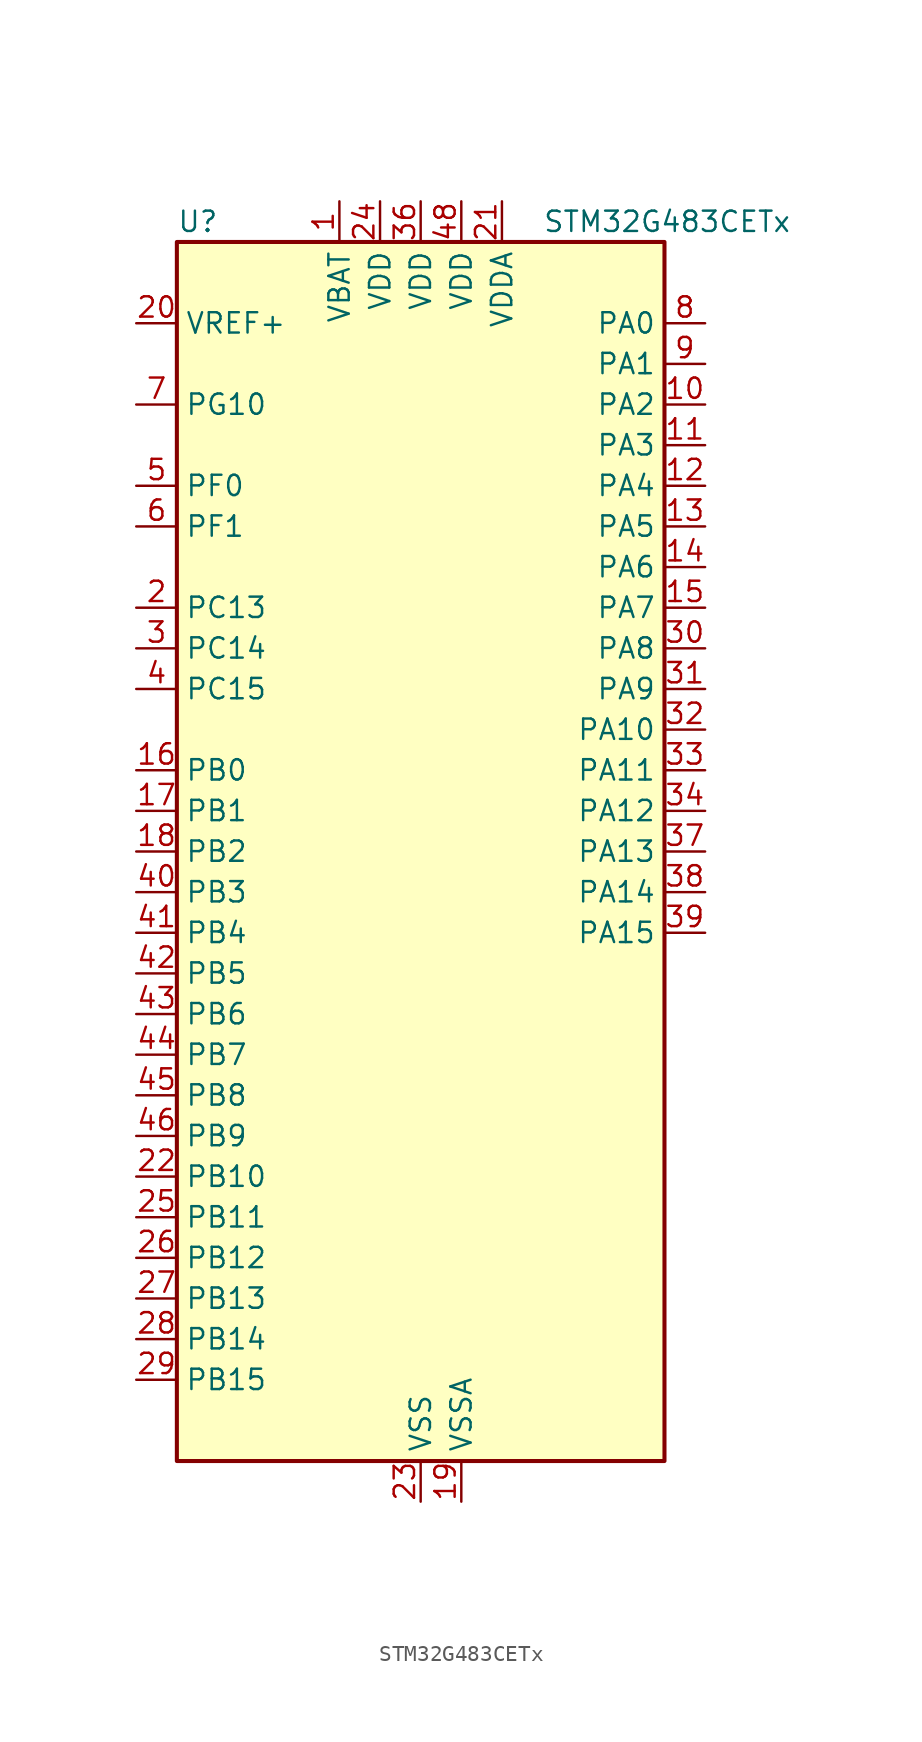
<source format=kicad_sym>
(kicad_symbol_lib
  (version 20241209)
  (generator "kicad_symbol_editor")
  (generator_version "9.0")
  (symbol "STM32G483CETx"
    (property "Reference" "U"
      (at -15.24 39.37 0)
      (effects (font (size 1.27 1.27)) (justify left)))
    (property "Value" "STM32G483CETx"
      (at 7.62 39.37 0)
      (effects (font (size 1.27 1.27)) (justify left)))
    (symbol "STM32G483CETx_0_1"
      (rectangle (start -15.24 -38.1) (end 15.24 38.1) (stroke (width 0.254) (type default)) (fill (type background))))
    (symbol "STM32G483CETx_1_1"
      (pin input line (at -17.78 33.02 0) (length 2.54) (name "VREF+" (effects (font (size 1.27 1.27)))) (number "20" (effects (font (size 1.27 1.27)))) (alternate "VREFBUF_OUT" bidirectional line))
      (pin bidirectional line (at -17.78 27.94 0) (length 2.54) (name "PG10" (effects (font (size 1.27 1.27)))) (number "7" (effects (font (size 1.27 1.27)))) (alternate "DAC1_EXTI10" bidirectional line) (alternate "DAC2_EXTI10" bidirectional line) (alternate "DAC3_EXTI10" bidirectional line) (alternate "DAC4_EXTI10" bidirectional line) (alternate "RCC_MCO" bidirectional line))
      (pin bidirectional line (at -17.78 22.86 0) (length 2.54) (name "PF0" (effects (font (size 1.27 1.27)))) (number "5" (effects (font (size 1.27 1.27)))) (alternate "ADC1_IN10" bidirectional line) (alternate "I2C2_SDA" bidirectional line) (alternate "I2S2_WS" bidirectional line) (alternate "RCC_OSC_IN" bidirectional line) (alternate "SPI2_NSS" bidirectional line) (alternate "TIM1_CH3N" bidirectional line))
      (pin bidirectional line (at -17.78 20.32 0) (length 2.54) (name "PF1" (effects (font (size 1.27 1.27)))) (number "6" (effects (font (size 1.27 1.27)))) (alternate "ADC2_IN10" bidirectional line) (alternate "COMP3_INM" bidirectional line) (alternate "I2S2_CK" bidirectional line) (alternate "RCC_OSC_OUT" bidirectional line) (alternate "SPI2_SCK" bidirectional line))
      (pin bidirectional line (at -17.78 15.24 0) (length 2.54) (name "PC13" (effects (font (size 1.27 1.27)))) (number "2" (effects (font (size 1.27 1.27)))) (alternate "RTC_OUT1" bidirectional line) (alternate "RTC_TAMP1" bidirectional line) (alternate "RTC_TS" bidirectional line) (alternate "SYS_WKUP2" bidirectional line) (alternate "TIM1_BKIN" bidirectional line) (alternate "TIM1_CH1N" bidirectional line) (alternate "TIM8_CH4N" bidirectional line))
      (pin bidirectional line (at -17.78 12.7 0) (length 2.54) (name "PC14" (effects (font (size 1.27 1.27)))) (number "3" (effects (font (size 1.27 1.27)))) (alternate "RCC_OSC32_IN" bidirectional line))
      (pin bidirectional line (at -17.78 10.16 0) (length 2.54) (name "PC15" (effects (font (size 1.27 1.27)))) (number "4" (effects (font (size 1.27 1.27)))) (alternate "ADC1_EXTI15" bidirectional line) (alternate "ADC2_EXTI15" bidirectional line) (alternate "RCC_OSC32_OUT" bidirectional line))
      (pin bidirectional line (at -17.78 5.08 0) (length 2.54) (name "PB0" (effects (font (size 1.27 1.27)))) (number "16" (effects (font (size 1.27 1.27)))) (alternate "ADC1_IN15" bidirectional line) (alternate "ADC3_IN12" bidirectional line) (alternate "COMP4_INP" bidirectional line) (alternate "OPAMP2_VINP" bidirectional line) (alternate "OPAMP2_VINP_SEC" bidirectional line) (alternate "OPAMP3_VINP" bidirectional line) (alternate "OPAMP3_VINP_SEC" bidirectional line) (alternate "QUADSPI1_BK1_IO1" bidirectional line) (alternate "TIM1_CH2N" bidirectional line) (alternate "TIM3_CH3" bidirectional line) (alternate "TIM8_CH2N" bidirectional line) (alternate "UCPD1_FRSTX1" bidirectional line) (alternate "UCPD1_FRSTX2" bidirectional line))
      (pin bidirectional line (at -17.78 2.54 0) (length 2.54) (name "PB1" (effects (font (size 1.27 1.27)))) (number "17" (effects (font (size 1.27 1.27)))) (alternate "ADC1_IN12" bidirectional line) (alternate "ADC3_IN1" bidirectional line) (alternate "COMP1_INP" bidirectional line) (alternate "COMP4_OUT" bidirectional line) (alternate "LPUART1_DE" bidirectional line) (alternate "LPUART1_RTS" bidirectional line) (alternate "OPAMP3_VOUT" bidirectional line) (alternate "OPAMP6_VINM" bidirectional line) (alternate "OPAMP6_VINM1" bidirectional line) (alternate "OPAMP6_VINM_SEC" bidirectional line) (alternate "QUADSPI1_BK1_IO0" bidirectional line) (alternate "TIM1_CH3N" bidirectional line) (alternate "TIM3_CH4" bidirectional line) (alternate "TIM8_CH3N" bidirectional line))
      (pin bidirectional line (at -17.78 0 0) (length 2.54) (name "PB2" (effects (font (size 1.27 1.27)))) (number "18" (effects (font (size 1.27 1.27)))) (alternate "ADC2_IN12" bidirectional line) (alternate "ADC3_EXTI2" bidirectional line) (alternate "ADC4_EXTI2" bidirectional line) (alternate "ADC5_EXTI2" bidirectional line) (alternate "COMP4_INM" bidirectional line) (alternate "I2C3_SMBA" bidirectional line) (alternate "LPTIM1_OUT" bidirectional line) (alternate "OPAMP3_VINM" bidirectional line) (alternate "OPAMP3_VINM0" bidirectional line) (alternate "OPAMP3_VINM_SEC" bidirectional line) (alternate "QUADSPI1_BK2_IO1" bidirectional line) (alternate "RTC_OUT2" bidirectional line) (alternate "TIM20_CH1" bidirectional line) (alternate "TIM5_CH1" bidirectional line))
      (pin bidirectional line (at -17.78 -2.54 0) (length 2.54) (name "PB3" (effects (font (size 1.27 1.27)))) (number "40" (effects (font (size 1.27 1.27)))) (alternate "ADC3_EXTI3" bidirectional line) (alternate "ADC4_EXTI3" bidirectional line) (alternate "ADC5_EXTI3" bidirectional line) (alternate "CRS_SYNC" bidirectional line) (alternate "FDCAN3_RX" bidirectional line) (alternate "I2S3_CK" bidirectional line) (alternate "SAI1_SCK_B" bidirectional line) (alternate "SPI1_SCK" bidirectional line) (alternate "SPI3_SCK" bidirectional line) (alternate "SYS_JTDO-SWO" bidirectional line) (alternate "TIM2_CH2" bidirectional line) (alternate "TIM3_ETR" bidirectional line) (alternate "TIM4_ETR" bidirectional line) (alternate "TIM8_CH1N" bidirectional line) (alternate "USART2_TX" bidirectional line))
      (pin bidirectional line (at -17.78 -5.08 0) (length 2.54) (name "PB4" (effects (font (size 1.27 1.27)))) (number "41" (effects (font (size 1.27 1.27)))) (alternate "FDCAN3_TX" bidirectional line) (alternate "SAI1_MCLK_B" bidirectional line) (alternate "SPI1_MISO" bidirectional line) (alternate "SPI3_MISO" bidirectional line) (alternate "SYS_JTRST" bidirectional line) (alternate "TIM16_CH1" bidirectional line) (alternate "TIM17_BKIN" bidirectional line) (alternate "TIM3_CH1" bidirectional line) (alternate "TIM8_CH2N" bidirectional line) (alternate "UCPD1_CC2" bidirectional line) (alternate "USART2_RX" bidirectional line))
      (pin bidirectional line (at -17.78 -7.62 0) (length 2.54) (name "PB5" (effects (font (size 1.27 1.27)))) (number "42" (effects (font (size 1.27 1.27)))) (alternate "FDCAN2_RX" bidirectional line) (alternate "I2C1_SMBA" bidirectional line) (alternate "I2C3_SDA" bidirectional line) (alternate "I2S3_SD" bidirectional line) (alternate "LPTIM1_IN1" bidirectional line) (alternate "SAI1_SD_B" bidirectional line) (alternate "SPI1_MOSI" bidirectional line) (alternate "SPI3_MOSI" bidirectional line) (alternate "TIM16_BKIN" bidirectional line) (alternate "TIM17_CH1" bidirectional line) (alternate "TIM3_CH2" bidirectional line) (alternate "TIM8_CH3N" bidirectional line) (alternate "USART2_CK" bidirectional line))
      (pin bidirectional line (at -17.78 -10.16 0) (length 2.54) (name "PB6" (effects (font (size 1.27 1.27)))) (number "43" (effects (font (size 1.27 1.27)))) (alternate "COMP4_OUT" bidirectional line) (alternate "FDCAN2_TX" bidirectional line) (alternate "LPTIM1_ETR" bidirectional line) (alternate "SAI1_FS_B" bidirectional line) (alternate "TIM16_CH1N" bidirectional line) (alternate "TIM4_CH1" bidirectional line) (alternate "TIM8_BKIN2" bidirectional line) (alternate "TIM8_CH1" bidirectional line) (alternate "TIM8_ETR" bidirectional line) (alternate "UCPD1_CC1" bidirectional line) (alternate "USART1_TX" bidirectional line))
      (pin bidirectional line (at -17.78 -12.7 0) (length 2.54) (name "PB7" (effects (font (size 1.27 1.27)))) (number "44" (effects (font (size 1.27 1.27)))) (alternate "COMP3_OUT" bidirectional line) (alternate "I2C1_SDA" bidirectional line) (alternate "I2C4_SDA" bidirectional line) (alternate "LPTIM1_IN2" bidirectional line) (alternate "SYS_PVD_IN" bidirectional line) (alternate "TIM17_CH1N" bidirectional line) (alternate "TIM3_CH4" bidirectional line) (alternate "TIM4_CH2" bidirectional line) (alternate "TIM8_BKIN" bidirectional line) (alternate "USART1_RX" bidirectional line))
      (pin bidirectional line (at -17.78 -15.24 0) (length 2.54) (name "PB8" (effects (font (size 1.27 1.27)))) (number "45" (effects (font (size 1.27 1.27)))) (alternate "COMP1_OUT" bidirectional line) (alternate "FDCAN1_RX" bidirectional line) (alternate "I2C1_SCL" bidirectional line) (alternate "SAI1_CK1" bidirectional line) (alternate "SAI1_MCLK_A" bidirectional line) (alternate "TIM16_CH1" bidirectional line) (alternate "TIM1_BKIN" bidirectional line) (alternate "TIM4_CH3" bidirectional line) (alternate "TIM8_CH2" bidirectional line) (alternate "USART3_RX" bidirectional line))
      (pin bidirectional line (at -17.78 -17.78 0) (length 2.54) (name "PB9" (effects (font (size 1.27 1.27)))) (number "46" (effects (font (size 1.27 1.27)))) (alternate "COMP2_OUT" bidirectional line) (alternate "DAC1_EXTI9" bidirectional line) (alternate "DAC2_EXTI9" bidirectional line) (alternate "DAC3_EXTI9" bidirectional line) (alternate "DAC4_EXTI9" bidirectional line) (alternate "FDCAN1_TX" bidirectional line) (alternate "I2C1_SDA" bidirectional line) (alternate "IR_OUT" bidirectional line) (alternate "SAI1_D2" bidirectional line) (alternate "SAI1_FS_A" bidirectional line) (alternate "TIM17_CH1" bidirectional line) (alternate "TIM1_CH3N" bidirectional line) (alternate "TIM4_CH4" bidirectional line) (alternate "TIM8_CH3" bidirectional line) (alternate "USART3_TX" bidirectional line))
      (pin bidirectional line (at -17.78 -20.32 0) (length 2.54) (name "PB10" (effects (font (size 1.27 1.27)))) (number "22" (effects (font (size 1.27 1.27)))) (alternate "COMP5_INM" bidirectional line) (alternate "DAC1_EXTI10" bidirectional line) (alternate "DAC2_EXTI10" bidirectional line) (alternate "DAC3_EXTI10" bidirectional line) (alternate "DAC4_EXTI10" bidirectional line) (alternate "LPUART1_RX" bidirectional line) (alternate "OPAMP3_VINM" bidirectional line) (alternate "OPAMP3_VINM1" bidirectional line) (alternate "OPAMP3_VINM_SEC" bidirectional line) (alternate "OPAMP4_VINM" bidirectional line) (alternate "OPAMP4_VINM0" bidirectional line) (alternate "OPAMP4_VINM_SEC" bidirectional line) (alternate "QUADSPI1_CLK" bidirectional line) (alternate "SAI1_SCK_A" bidirectional line) (alternate "TIM1_BKIN" bidirectional line) (alternate "TIM2_CH3" bidirectional line) (alternate "USART3_TX" bidirectional line))
      (pin bidirectional line (at -17.78 -22.86 0) (length 2.54) (name "PB11" (effects (font (size 1.27 1.27)))) (number "25" (effects (font (size 1.27 1.27)))) (alternate "ADC1_EXTI11" bidirectional line) (alternate "ADC1_IN14" bidirectional line) (alternate "ADC2_EXTI11" bidirectional line) (alternate "ADC2_IN14" bidirectional line) (alternate "COMP6_INP" bidirectional line) (alternate "LPUART1_TX" bidirectional line) (alternate "OPAMP4_VINP" bidirectional line) (alternate "OPAMP4_VINP_SEC" bidirectional line) (alternate "OPAMP6_VOUT" bidirectional line) (alternate "QUADSPI1_BK1_NCS" bidirectional line) (alternate "TIM2_CH4" bidirectional line) (alternate "USART3_RX" bidirectional line))
      (pin bidirectional line (at -17.78 -25.4 0) (length 2.54) (name "PB12" (effects (font (size 1.27 1.27)))) (number "26" (effects (font (size 1.27 1.27)))) (alternate "ADC1_IN11" bidirectional line) (alternate "ADC4_IN3" bidirectional line) (alternate "COMP7_INM" bidirectional line) (alternate "FDCAN2_RX" bidirectional line) (alternate "I2C2_SMBA" bidirectional line) (alternate "I2S2_WS" bidirectional line) (alternate "LPUART1_DE" bidirectional line) (alternate "LPUART1_RTS" bidirectional line) (alternate "OPAMP4_VOUT" bidirectional line) (alternate "OPAMP6_VINP" bidirectional line) (alternate "OPAMP6_VINP_SEC" bidirectional line) (alternate "SPI2_NSS" bidirectional line) (alternate "TIM1_BKIN" bidirectional line) (alternate "TIM5_ETR" bidirectional line) (alternate "USART3_CK" bidirectional line))
      (pin bidirectional line (at -17.78 -27.94 0) (length 2.54) (name "PB13" (effects (font (size 1.27 1.27)))) (number "27" (effects (font (size 1.27 1.27)))) (alternate "ADC3_IN5" bidirectional line) (alternate "COMP5_INP" bidirectional line) (alternate "FDCAN2_TX" bidirectional line) (alternate "I2S2_CK" bidirectional line) (alternate "LPUART1_CTS" bidirectional line) (alternate "OPAMP3_VINP" bidirectional line) (alternate "OPAMP3_VINP_SEC" bidirectional line) (alternate "OPAMP4_VINP" bidirectional line) (alternate "OPAMP4_VINP_SEC" bidirectional line) (alternate "OPAMP6_VINP" bidirectional line) (alternate "OPAMP6_VINP_SEC" bidirectional line) (alternate "SPI2_SCK" bidirectional line) (alternate "TIM1_CH1N" bidirectional line) (alternate "USART3_CTS" bidirectional line) (alternate "USART3_NSS" bidirectional line))
      (pin bidirectional line (at -17.78 -30.48 0) (length 2.54) (name "PB14" (effects (font (size 1.27 1.27)))) (number "28" (effects (font (size 1.27 1.27)))) (alternate "ADC1_IN5" bidirectional line) (alternate "ADC4_IN4" bidirectional line) (alternate "COMP4_OUT" bidirectional line) (alternate "COMP7_INP" bidirectional line) (alternate "OPAMP2_VINP" bidirectional line) (alternate "OPAMP2_VINP_SEC" bidirectional line) (alternate "OPAMP5_VINP" bidirectional line) (alternate "OPAMP5_VINP_SEC" bidirectional line) (alternate "SPI2_MISO" bidirectional line) (alternate "TIM15_CH1" bidirectional line) (alternate "TIM1_CH2N" bidirectional line) (alternate "USART3_DE" bidirectional line) (alternate "USART3_RTS" bidirectional line))
      (pin bidirectional line (at -17.78 -33.02 0) (length 2.54) (name "PB15" (effects (font (size 1.27 1.27)))) (number "29" (effects (font (size 1.27 1.27)))) (alternate "ADC1_EXTI15" bidirectional line) (alternate "ADC2_EXTI15" bidirectional line) (alternate "ADC2_IN15" bidirectional line) (alternate "ADC4_IN5" bidirectional line) (alternate "COMP3_OUT" bidirectional line) (alternate "COMP6_INM" bidirectional line) (alternate "I2S2_SD" bidirectional line) (alternate "OPAMP5_VINM" bidirectional line) (alternate "OPAMP5_VINM0" bidirectional line) (alternate "OPAMP5_VINM_SEC" bidirectional line) (alternate "RTC_REFIN" bidirectional line) (alternate "SPI2_MOSI" bidirectional line) (alternate "TIM15_CH1N" bidirectional line) (alternate "TIM15_CH2" bidirectional line) (alternate "TIM1_CH3N" bidirectional line))
      (pin power_in line (at -5.08 40.64 270) (length 2.54) (name "VBAT" (effects (font (size 1.27 1.27)))) (number "1" (effects (font (size 1.27 1.27)))))
      (pin power_in line (at -2.54 40.64 270) (length 2.54) (name "VDD" (effects (font (size 1.27 1.27)))) (number "24" (effects (font (size 1.27 1.27)))))
      (pin power_in line (at 0 40.64 270) (length 2.54) (name "VDD" (effects (font (size 1.27 1.27)))) (number "36" (effects (font (size 1.27 1.27)))))
      (pin power_in line (at 0 -40.64 90) (length 2.54) (name "VSS" (effects (font (size 1.27 1.27)))) (number "23" (effects (font (size 1.27 1.27)))))
      (pin passive line (at 0 -40.64 90) (length 2.54) (hide yes) (name "VSS" (effects (font (size 1.27 1.27)))) (number "35" (effects (font (size 1.27 1.27)))))
      (pin passive line (at 0 -40.64 90) (length 2.54) (hide yes) (name "VSS" (effects (font (size 1.27 1.27)))) (number "47" (effects (font (size 1.27 1.27)))))
      (pin power_in line (at 2.54 40.64 270) (length 2.54) (name "VDD" (effects (font (size 1.27 1.27)))) (number "48" (effects (font (size 1.27 1.27)))))
      (pin power_in line (at 2.54 -40.64 90) (length 2.54) (name "VSSA" (effects (font (size 1.27 1.27)))) (number "19" (effects (font (size 1.27 1.27)))))
      (pin power_in line (at 5.08 40.64 270) (length 2.54) (name "VDDA" (effects (font (size 1.27 1.27)))) (number "21" (effects (font (size 1.27 1.27)))))
      (pin bidirectional line (at 17.78 33.02 180) (length 2.54) (name "PA0" (effects (font (size 1.27 1.27)))) (number "8" (effects (font (size 1.27 1.27)))) (alternate "ADC1_IN1" bidirectional line) (alternate "ADC2_IN1" bidirectional line) (alternate "COMP1_INM" bidirectional line) (alternate "COMP1_OUT" bidirectional line) (alternate "COMP3_INP" bidirectional line) (alternate "RTC_TAMP2" bidirectional line) (alternate "SYS_WKUP1" bidirectional line) (alternate "TIM2_CH1" bidirectional line) (alternate "TIM2_ETR" bidirectional line) (alternate "TIM5_CH1" bidirectional line) (alternate "TIM8_BKIN" bidirectional line) (alternate "TIM8_ETR" bidirectional line) (alternate "USART2_CTS" bidirectional line) (alternate "USART2_NSS" bidirectional line))
      (pin bidirectional line (at 17.78 30.48 180) (length 2.54) (name "PA1" (effects (font (size 1.27 1.27)))) (number "9" (effects (font (size 1.27 1.27)))) (alternate "ADC1_IN2" bidirectional line) (alternate "ADC2_IN2" bidirectional line) (alternate "COMP1_INP" bidirectional line) (alternate "OPAMP1_VINP" bidirectional line) (alternate "OPAMP1_VINP_SEC" bidirectional line) (alternate "OPAMP3_VINP" bidirectional line) (alternate "OPAMP3_VINP_SEC" bidirectional line) (alternate "OPAMP6_VINM" bidirectional line) (alternate "OPAMP6_VINM0" bidirectional line) (alternate "OPAMP6_VINM_SEC" bidirectional line) (alternate "RTC_REFIN" bidirectional line) (alternate "TIM15_CH1N" bidirectional line) (alternate "TIM2_CH2" bidirectional line) (alternate "TIM5_CH2" bidirectional line) (alternate "USART2_DE" bidirectional line) (alternate "USART2_RTS" bidirectional line))
      (pin bidirectional line (at 17.78 27.94 180) (length 2.54) (name "PA2" (effects (font (size 1.27 1.27)))) (number "10" (effects (font (size 1.27 1.27)))) (alternate "ADC1_IN3" bidirectional line) (alternate "ADC3_EXTI2" bidirectional line) (alternate "ADC4_EXTI2" bidirectional line) (alternate "ADC5_EXTI2" bidirectional line) (alternate "COMP2_INM" bidirectional line) (alternate "COMP2_OUT" bidirectional line) (alternate "LPUART1_TX" bidirectional line) (alternate "OPAMP1_VOUT" bidirectional line) (alternate "QUADSPI1_BK1_NCS" bidirectional line) (alternate "RCC_LSCO" bidirectional line) (alternate "SYS_WKUP4" bidirectional line) (alternate "TIM15_CH1" bidirectional line) (alternate "TIM2_CH3" bidirectional line) (alternate "TIM5_CH3" bidirectional line) (alternate "UCPD1_FRSTX1" bidirectional line) (alternate "UCPD1_FRSTX2" bidirectional line) (alternate "USART2_TX" bidirectional line))
      (pin bidirectional line (at 17.78 25.4 180) (length 2.54) (name "PA3" (effects (font (size 1.27 1.27)))) (number "11" (effects (font (size 1.27 1.27)))) (alternate "ADC1_IN4" bidirectional line) (alternate "ADC3_EXTI3" bidirectional line) (alternate "ADC4_EXTI3" bidirectional line) (alternate "ADC5_EXTI3" bidirectional line) (alternate "COMP2_INP" bidirectional line) (alternate "LPUART1_RX" bidirectional line) (alternate "OPAMP1_VINM" bidirectional line) (alternate "OPAMP1_VINM0" bidirectional line) (alternate "OPAMP1_VINM_SEC" bidirectional line) (alternate "OPAMP1_VINP" bidirectional line) (alternate "OPAMP1_VINP_SEC" bidirectional line) (alternate "OPAMP5_VINM" bidirectional line) (alternate "OPAMP5_VINM1" bidirectional line) (alternate "OPAMP5_VINM_SEC" bidirectional line) (alternate "QUADSPI1_CLK" bidirectional line) (alternate "SAI1_CK1" bidirectional line) (alternate "SAI1_MCLK_A" bidirectional line) (alternate "TIM15_CH2" bidirectional line) (alternate "TIM2_CH4" bidirectional line) (alternate "TIM5_CH4" bidirectional line) (alternate "USART2_RX" bidirectional line))
      (pin bidirectional line (at 17.78 22.86 180) (length 2.54) (name "PA4" (effects (font (size 1.27 1.27)))) (number "12" (effects (font (size 1.27 1.27)))) (alternate "ADC2_IN17" bidirectional line) (alternate "COMP1_INM" bidirectional line) (alternate "DAC1_OUT1" bidirectional line) (alternate "I2S3_WS" bidirectional line) (alternate "SAI1_FS_B" bidirectional line) (alternate "SPI1_NSS" bidirectional line) (alternate "SPI3_NSS" bidirectional line) (alternate "TIM3_CH2" bidirectional line) (alternate "USART2_CK" bidirectional line))
      (pin bidirectional line (at 17.78 20.32 180) (length 2.54) (name "PA5" (effects (font (size 1.27 1.27)))) (number "13" (effects (font (size 1.27 1.27)))) (alternate "ADC2_IN13" bidirectional line) (alternate "COMP2_INM" bidirectional line) (alternate "DAC1_OUT2" bidirectional line) (alternate "OPAMP2_VINM" bidirectional line) (alternate "OPAMP2_VINM0" bidirectional line) (alternate "OPAMP2_VINM_SEC" bidirectional line) (alternate "SPI1_SCK" bidirectional line) (alternate "TIM2_CH1" bidirectional line) (alternate "TIM2_ETR" bidirectional line) (alternate "UCPD1_FRSTX1" bidirectional line) (alternate "UCPD1_FRSTX2" bidirectional line))
      (pin bidirectional line (at 17.78 17.78 180) (length 2.54) (name "PA6" (effects (font (size 1.27 1.27)))) (number "14" (effects (font (size 1.27 1.27)))) (alternate "ADC2_IN3" bidirectional line) (alternate "COMP1_OUT" bidirectional line) (alternate "DAC2_OUT1" bidirectional line) (alternate "LPUART1_CTS" bidirectional line) (alternate "OPAMP2_VOUT" bidirectional line) (alternate "QUADSPI1_BK1_IO3" bidirectional line) (alternate "SPI1_MISO" bidirectional line) (alternate "TIM16_CH1" bidirectional line) (alternate "TIM1_BKIN" bidirectional line) (alternate "TIM3_CH1" bidirectional line) (alternate "TIM8_BKIN" bidirectional line))
      (pin bidirectional line (at 17.78 15.24 180) (length 2.54) (name "PA7" (effects (font (size 1.27 1.27)))) (number "15" (effects (font (size 1.27 1.27)))) (alternate "ADC2_IN4" bidirectional line) (alternate "COMP2_INP" bidirectional line) (alternate "COMP2_OUT" bidirectional line) (alternate "OPAMP1_VINP" bidirectional line) (alternate "OPAMP1_VINP_SEC" bidirectional line) (alternate "OPAMP2_VINP" bidirectional line) (alternate "OPAMP2_VINP_SEC" bidirectional line) (alternate "QUADSPI1_BK1_IO2" bidirectional line) (alternate "SPI1_MOSI" bidirectional line) (alternate "TIM17_CH1" bidirectional line) (alternate "TIM1_CH1N" bidirectional line) (alternate "TIM3_CH2" bidirectional line) (alternate "TIM8_CH1N" bidirectional line) (alternate "UCPD1_FRSTX1" bidirectional line) (alternate "UCPD1_FRSTX2" bidirectional line))
      (pin bidirectional line (at 17.78 12.7 180) (length 2.54) (name "PA8" (effects (font (size 1.27 1.27)))) (number "30" (effects (font (size 1.27 1.27)))) (alternate "ADC5_IN1" bidirectional line) (alternate "COMP7_OUT" bidirectional line) (alternate "FDCAN3_RX" bidirectional line) (alternate "I2C2_SDA" bidirectional line) (alternate "I2C3_SCL" bidirectional line) (alternate "I2S2_MCK" bidirectional line) (alternate "OPAMP5_VOUT" bidirectional line) (alternate "RCC_MCO" bidirectional line) (alternate "SAI1_CK2" bidirectional line) (alternate "SAI1_SCK_A" bidirectional line) (alternate "TIM1_CH1" bidirectional line) (alternate "TIM4_ETR" bidirectional line) (alternate "USART1_CK" bidirectional line))
      (pin bidirectional line (at 17.78 10.16 180) (length 2.54) (name "PA9" (effects (font (size 1.27 1.27)))) (number "31" (effects (font (size 1.27 1.27)))) (alternate "ADC5_IN2" bidirectional line) (alternate "COMP5_OUT" bidirectional line) (alternate "DAC1_EXTI9" bidirectional line) (alternate "DAC2_EXTI9" bidirectional line) (alternate "DAC3_EXTI9" bidirectional line) (alternate "DAC4_EXTI9" bidirectional line) (alternate "I2C2_SCL" bidirectional line) (alternate "I2C3_SMBA" bidirectional line) (alternate "I2S3_MCK" bidirectional line) (alternate "SAI1_FS_A" bidirectional line) (alternate "TIM15_BKIN" bidirectional line) (alternate "TIM1_CH2" bidirectional line) (alternate "TIM2_CH3" bidirectional line) (alternate "UCPD1_DBCC1" bidirectional line) (alternate "USART1_TX" bidirectional line))
      (pin bidirectional line (at 17.78 7.62 180) (length 2.54) (name "PA10" (effects (font (size 1.27 1.27)))) (number "32" (effects (font (size 1.27 1.27)))) (alternate "COMP6_OUT" bidirectional line) (alternate "CRS_SYNC" bidirectional line) (alternate "DAC1_EXTI10" bidirectional line) (alternate "DAC2_EXTI10" bidirectional line) (alternate "DAC3_EXTI10" bidirectional line) (alternate "DAC4_EXTI10" bidirectional line) (alternate "I2C2_SMBA" bidirectional line) (alternate "SAI1_D1" bidirectional line) (alternate "SAI1_SD_A" bidirectional line) (alternate "SPI2_MISO" bidirectional line) (alternate "TIM17_BKIN" bidirectional line) (alternate "TIM1_CH3" bidirectional line) (alternate "TIM2_CH4" bidirectional line) (alternate "TIM8_BKIN" bidirectional line) (alternate "UCPD1_DBCC2" bidirectional line) (alternate "USART1_RX" bidirectional line))
      (pin bidirectional line (at 17.78 5.08 180) (length 2.54) (name "PA11" (effects (font (size 1.27 1.27)))) (number "33" (effects (font (size 1.27 1.27)))) (alternate "ADC1_EXTI11" bidirectional line) (alternate "ADC2_EXTI11" bidirectional line) (alternate "COMP1_OUT" bidirectional line) (alternate "FDCAN1_RX" bidirectional line) (alternate "I2S2_SD" bidirectional line) (alternate "SPI2_MOSI" bidirectional line) (alternate "TIM1_BKIN2" bidirectional line) (alternate "TIM1_CH1N" bidirectional line) (alternate "TIM1_CH4" bidirectional line) (alternate "TIM4_CH1" bidirectional line) (alternate "USART1_CTS" bidirectional line) (alternate "USART1_NSS" bidirectional line) (alternate "USB_DM" bidirectional line))
      (pin bidirectional line (at 17.78 2.54 180) (length 2.54) (name "PA12" (effects (font (size 1.27 1.27)))) (number "34" (effects (font (size 1.27 1.27)))) (alternate "COMP2_OUT" bidirectional line) (alternate "FDCAN1_TX" bidirectional line) (alternate "I2S_CKIN" bidirectional line) (alternate "TIM16_CH1" bidirectional line) (alternate "TIM1_CH2N" bidirectional line) (alternate "TIM1_ETR" bidirectional line) (alternate "TIM4_CH2" bidirectional line) (alternate "USART1_DE" bidirectional line) (alternate "USART1_RTS" bidirectional line) (alternate "USB_DP" bidirectional line))
      (pin bidirectional line (at 17.78 0 180) (length 2.54) (name "PA13" (effects (font (size 1.27 1.27)))) (number "37" (effects (font (size 1.27 1.27)))) (alternate "I2C1_SCL" bidirectional line) (alternate "I2C4_SCL" bidirectional line) (alternate "IR_OUT" bidirectional line) (alternate "SAI1_SD_B" bidirectional line) (alternate "SYS_JTMS-SWDIO" bidirectional line) (alternate "TIM16_CH1N" bidirectional line) (alternate "TIM4_CH3" bidirectional line) (alternate "USART3_CTS" bidirectional line) (alternate "USART3_NSS" bidirectional line))
      (pin bidirectional line (at 17.78 -2.54 180) (length 2.54) (name "PA14" (effects (font (size 1.27 1.27)))) (number "38" (effects (font (size 1.27 1.27)))) (alternate "I2C1_SDA" bidirectional line) (alternate "I2C4_SMBA" bidirectional line) (alternate "LPTIM1_OUT" bidirectional line) (alternate "SAI1_FS_B" bidirectional line) (alternate "SYS_JTCK-SWCLK" bidirectional line) (alternate "TIM1_BKIN" bidirectional line) (alternate "TIM8_CH2" bidirectional line) (alternate "USART2_TX" bidirectional line))
      (pin bidirectional line (at 17.78 -5.08 180) (length 2.54) (name "PA15" (effects (font (size 1.27 1.27)))) (number "39" (effects (font (size 1.27 1.27)))) (alternate "ADC1_EXTI15" bidirectional line) (alternate "ADC2_EXTI15" bidirectional line) (alternate "FDCAN3_TX" bidirectional line) (alternate "I2C1_SCL" bidirectional line) (alternate "I2S3_WS" bidirectional line) (alternate "SPI1_NSS" bidirectional line) (alternate "SPI3_NSS" bidirectional line) (alternate "SYS_JTDI" bidirectional line) (alternate "TIM1_BKIN" bidirectional line) (alternate "TIM2_CH1" bidirectional line) (alternate "TIM2_ETR" bidirectional line) (alternate "TIM8_CH1" bidirectional line) (alternate "USART2_RX" bidirectional line)))))
</source>
